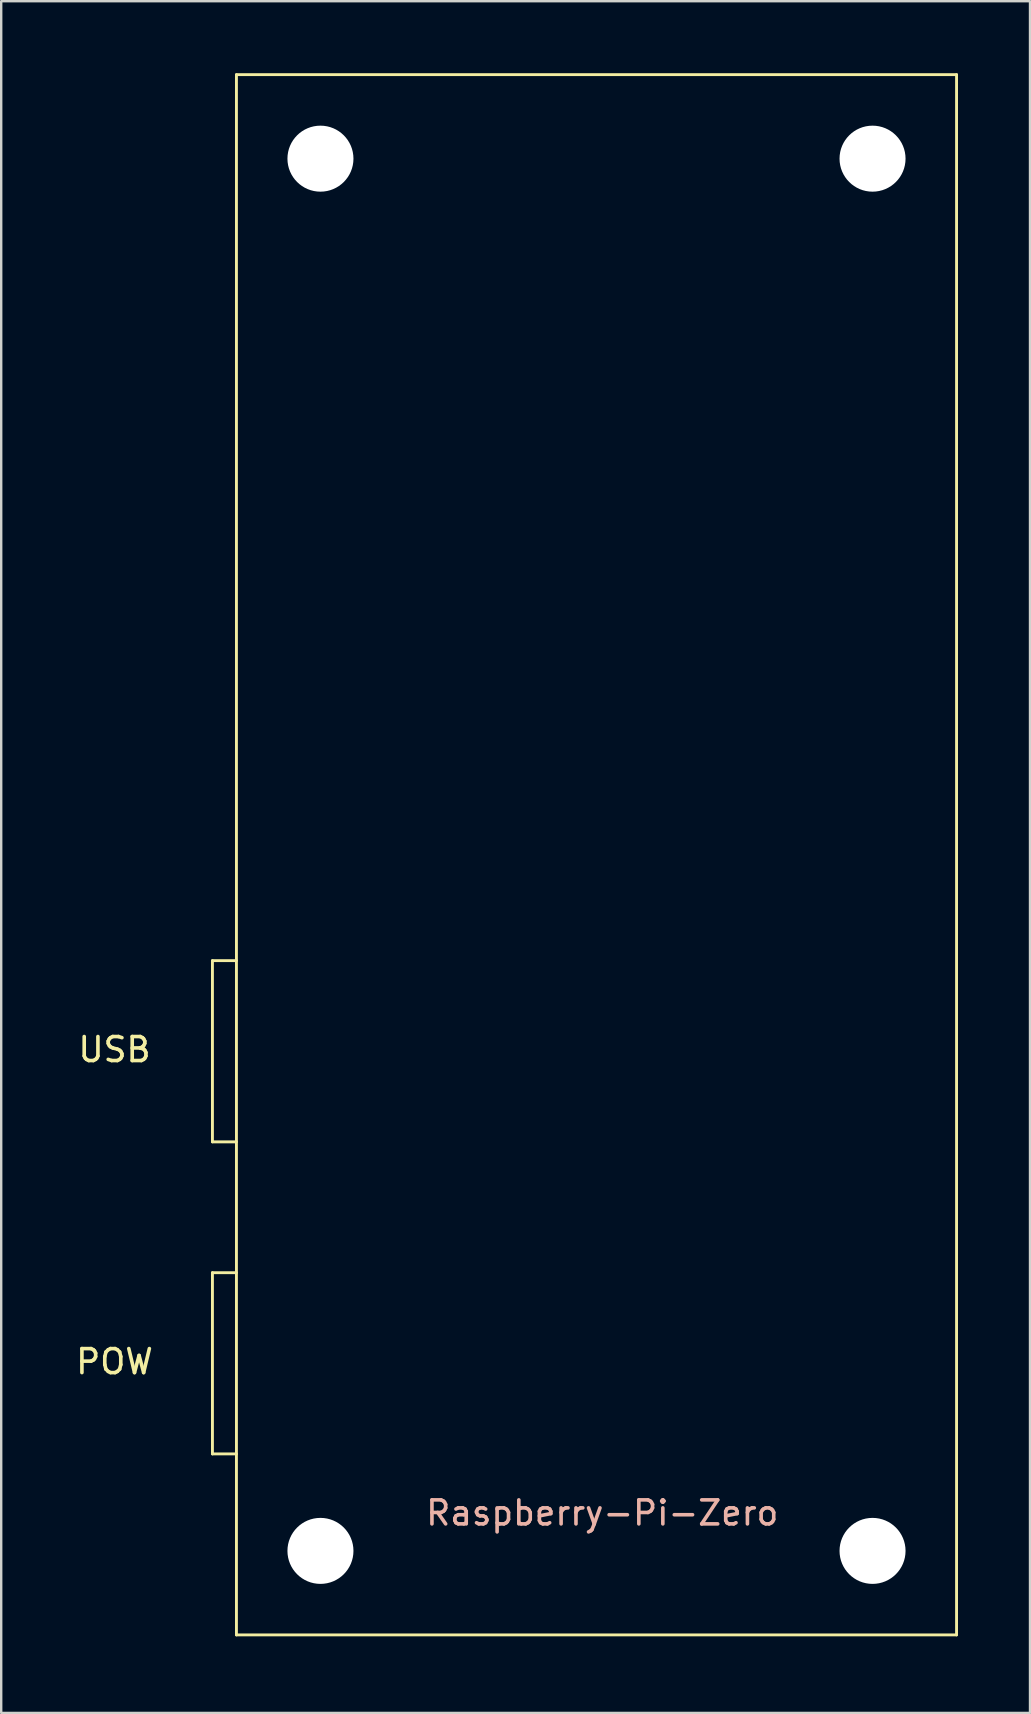
<source format=kicad_pcb>
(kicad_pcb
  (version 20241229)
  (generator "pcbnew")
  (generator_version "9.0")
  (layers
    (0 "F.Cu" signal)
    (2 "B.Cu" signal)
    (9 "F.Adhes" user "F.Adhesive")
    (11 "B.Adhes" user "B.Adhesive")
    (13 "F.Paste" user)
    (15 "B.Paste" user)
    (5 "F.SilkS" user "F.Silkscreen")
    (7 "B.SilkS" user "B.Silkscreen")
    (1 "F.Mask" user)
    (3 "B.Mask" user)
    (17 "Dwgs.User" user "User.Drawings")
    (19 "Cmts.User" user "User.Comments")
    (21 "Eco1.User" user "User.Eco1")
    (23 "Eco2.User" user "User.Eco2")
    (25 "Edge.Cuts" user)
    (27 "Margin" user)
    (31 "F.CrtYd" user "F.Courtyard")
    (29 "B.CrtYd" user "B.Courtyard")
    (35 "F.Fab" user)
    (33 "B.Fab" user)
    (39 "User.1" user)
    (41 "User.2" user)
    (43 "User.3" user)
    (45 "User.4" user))
  (footprint "Raspberry-Pi-Zero"
    (layer "F.Cu")
    (at 6.8 65.06)
    (property "Reference" "Raspberry-Pi-Zero" (at 15.24 -5.08 0) (layer "B.SilkS") (effects (font (size 1 1) (thickness 0.15))))
    (attr through_hole)
    (fp_line (start -1 -28.09) (end 0 -28.09) (stroke (width 0.12) (type solid)) (layer "F.SilkS"))
    (fp_line (start -1 -20.54) (end -1 -28.09) (stroke (width 0.12) (type solid)) (layer "F.SilkS"))
    (fp_line (start -1 -15.09) (end 0 -15.09) (stroke (width 0.12) (type solid)) (layer "F.SilkS"))
    (fp_line (start -1 -7.54) (end -1 -15.09) (stroke (width 0.12) (type solid)) (layer "F.SilkS"))
    (fp_line (start 0 -65) (end 0 0) (stroke (width 0.12) (type solid)) (layer "F.SilkS"))
    (fp_line (start 0 -20.54) (end -1 -20.54) (stroke (width 0.12) (type solid)) (layer "F.SilkS"))
    (fp_line (start 0 -7.54) (end -1 -7.54) (stroke (width 0.12) (type solid)) (layer "F.SilkS"))
    (fp_line (start 0 0) (end 30 0) (stroke (width 0.12) (type solid)) (layer "F.SilkS"))
    (fp_line (start 30 -65) (end 0 -65) (stroke (width 0.12) (type solid)) (layer "F.SilkS"))
    (fp_line (start 30 0) (end 30 -65) (stroke (width 0.12) (type solid)) (layer "F.SilkS"))
    (fp_text user "USB" (at -5.08 -24.383 0) (layer "F.SilkS") (effects (font (size 1 1) (thickness 0.15))))
    (fp_text user "POW" (at -5.08 -11.383 0) (layer "F.SilkS") (effects (font (size 1 1) (thickness 0.15))))
    (pad "" np_thru_hole circle (at 3.5 -61.5) (size 2.75 2.75) (drill 2.75) (layers "*.Cu"))
    (pad "" np_thru_hole circle (at 3.5 -3.5) (size 2.75 2.75) (drill 2.75) (layers "*.Cu"))
    (pad "" np_thru_hole circle (at 26.5 -61.5) (size 2.75 2.75) (drill 2.75) (layers "*.Cu"))
    (pad "" np_thru_hole circle (at 26.5 -3.5) (size 2.75 2.75) (drill 2.75) (layers "*.Cu")))
  (gr_rect
    (start -3 -3)
    (end 39.86 68.31)
    (stroke (width 0.1) (type default))
    (fill no)
    (layer "Edge.Cuts")))
</source>
